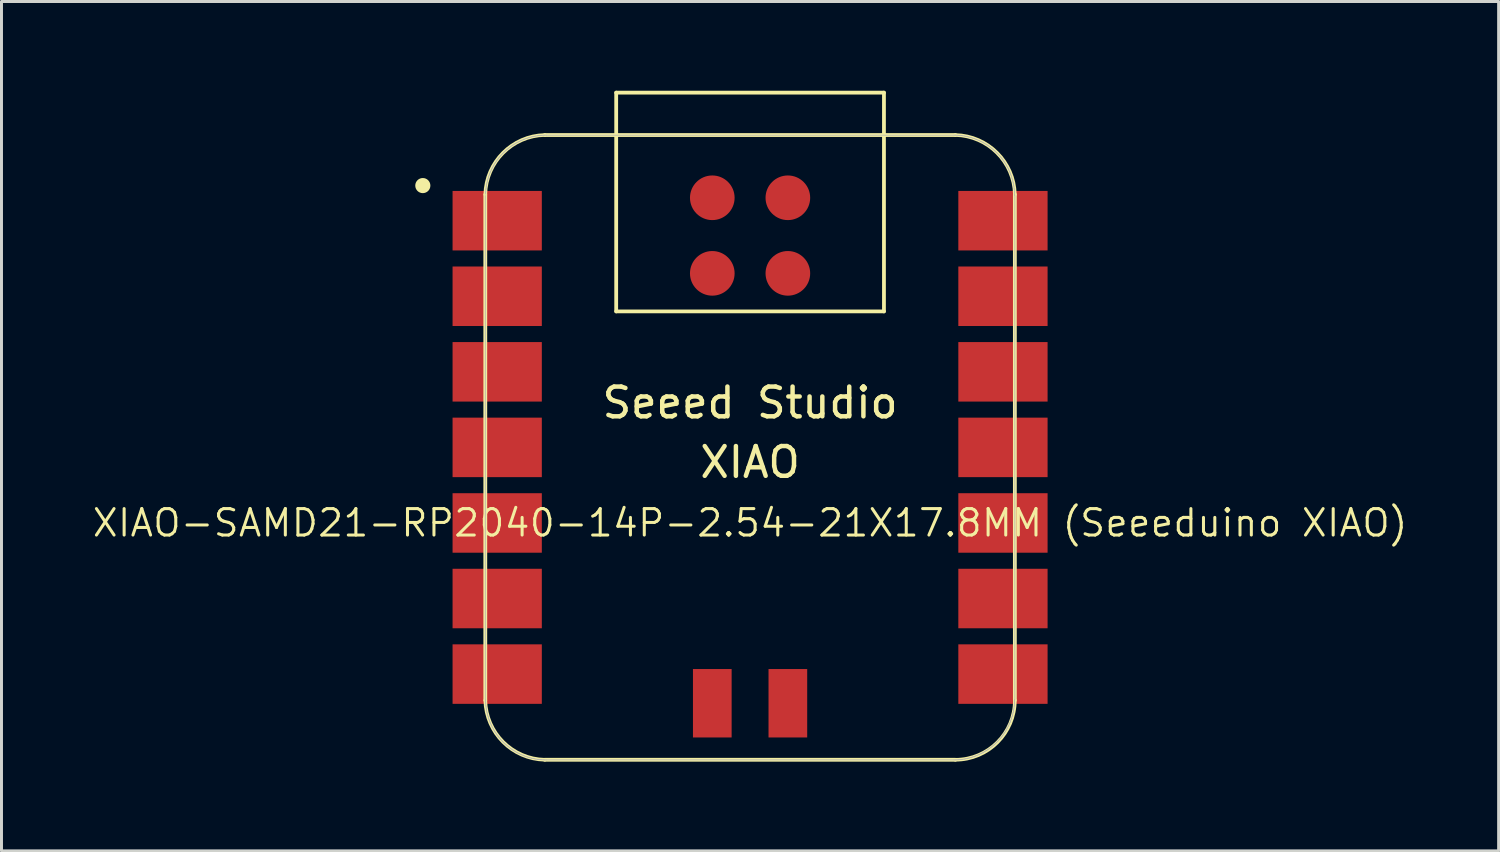
<source format=kicad_pcb>
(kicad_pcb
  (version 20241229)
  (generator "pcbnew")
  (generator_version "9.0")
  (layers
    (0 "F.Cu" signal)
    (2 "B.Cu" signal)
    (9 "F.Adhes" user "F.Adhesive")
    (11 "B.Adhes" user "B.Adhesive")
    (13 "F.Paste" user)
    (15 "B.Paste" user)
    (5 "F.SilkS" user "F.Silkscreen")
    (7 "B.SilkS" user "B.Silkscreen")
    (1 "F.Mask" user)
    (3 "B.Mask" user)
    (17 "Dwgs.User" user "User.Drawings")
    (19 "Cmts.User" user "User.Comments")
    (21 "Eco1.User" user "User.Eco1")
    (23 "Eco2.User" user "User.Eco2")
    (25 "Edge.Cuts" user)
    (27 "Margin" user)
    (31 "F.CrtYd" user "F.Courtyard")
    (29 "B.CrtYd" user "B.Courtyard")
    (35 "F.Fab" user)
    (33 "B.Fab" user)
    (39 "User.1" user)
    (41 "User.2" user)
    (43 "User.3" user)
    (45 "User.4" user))
  (footprint "XIAO-SAMD21-RP2040-14P-2.54-21X17.8MM (Seeeduino XIAO)"
    (layer "F.Cu")
    (at 22.162 11.988)
    (property "Reference" "XIAO-SAMD21-RP2040-14P-2.54-21X17.8MM (Seeeduino XIAO)" (at 0 2.54 0) (layer "F.SilkS") (effects (font (size 0.889 0.889) (thickness 0.102))))
    (attr smd)
    (fp_line (start -8.9 -8.5) (end -8.9 8.5) (stroke (width 0.127) (type solid)) (layer "F.SilkS"))
    (fp_line (start -6.9 10.5) (end 6.9 10.5) (stroke (width 0.127) (type solid)) (layer "F.SilkS"))
    (fp_line (start -4.5 -11.924) (end 4.5 -11.924) (stroke (width 0.127) (type solid)) (layer "F.SilkS"))
    (fp_line (start -4.5 -4.571) (end -4.5 -11.924) (stroke (width 0.127) (type solid)) (layer "F.SilkS"))
    (fp_line (start 4.5 -11.924) (end 4.5 -4.571) (stroke (width 0.127) (type solid)) (layer "F.SilkS"))
    (fp_line (start 4.5 -4.571) (end -4.5 -4.571) (stroke (width 0.127) (type solid)) (layer "F.SilkS"))
    (fp_line (start 6.9 -10.499) (end -6.9 -10.499) (stroke (width 0.127) (type solid)) (layer "F.SilkS"))
    (fp_line (start 8.9 8.5) (end 8.9 -8.5) (stroke (width 0.127) (type solid)) (layer "F.SilkS"))
    (fp_arc (start -8.9 -8.5) (mid -8.301491 -9.901491) (end -6.9 -10.5) (stroke (width 0.12) (type solid)) (layer "F.SilkS"))
    (fp_arc (start -6.9 10.5) (mid -8.301423 9.901423) (end -8.9 8.5) (stroke (width 0.12) (type solid)) (layer "F.SilkS"))
    (fp_arc (start 6.9 -10.5) (mid 8.301491 -9.901491) (end 8.9 -8.5) (stroke (width 0.12) (type solid)) (layer "F.SilkS"))
    (fp_arc (start 8.9 8.5) (mid 8.314214 9.914214) (end 6.9 10.5) (stroke (width 0.12) (type solid)) (layer "F.SilkS"))
    (fp_circle (center -11 -8.8) (end -11 -9.054) (stroke (width 0) (type solid)) (fill yes) (layer "F.SilkS"))
    (fp_poly (pts (xy -8.888 -8.562) (xy -8.885 -8.61) (xy -8.881 -8.659)) (stroke (width 0.025) (type solid)) (fill no) (layer "F.SilkS"))
    (fp_poly (pts (xy 8.889 8.522) (xy 8.888 8.571) (xy 8.885 8.62) (xy 8.881 8.669) (xy 8.875 8.717) (xy 8.869 8.766) (xy 8.861 8.815) (xy 8.852 8.863) (xy 8.842 8.911)) (stroke (width 0.025) (type solid)) (fill no) (layer "F.SilkS"))
    (fp_line (start -8.9 -8.463) (end -8.9 8.473) (stroke (width 0.025) (type solid)) (layer "F.Fab"))
    (fp_line (start -8.89 8.473) (end -8.889 8.522) (stroke (width 0.025) (type solid)) (layer "F.Fab"))
    (fp_line (start -8.889 8.522) (end -8.888 8.571) (stroke (width 0.025) (type solid)) (layer "F.Fab"))
    (fp_line (start -8.888 -8.562) (end -8.889 -8.512) (stroke (width 0.025) (type solid)) (layer "F.Fab"))
    (fp_line (start -8.888 8.571) (end -8.885 8.62) (stroke (width 0.025) (type solid)) (layer "F.Fab"))
    (fp_line (start -8.885 -8.61) (end -8.888 -8.562) (stroke (width 0.025) (type solid)) (layer "F.Fab"))
    (fp_line (start -8.885 8.62) (end -8.881 8.669) (stroke (width 0.025) (type solid)) (layer "F.Fab"))
    (fp_line (start -8.881 -8.659) (end -8.885 -8.61) (stroke (width 0.025) (type solid)) (layer "F.Fab"))
    (fp_line (start -8.881 8.669) (end -8.875 8.717) (stroke (width 0.025) (type solid)) (layer "F.Fab"))
    (fp_line (start -8.875 -8.708) (end -8.881 -8.659) (stroke (width 0.025) (type solid)) (layer "F.Fab"))
    (fp_line (start -8.875 8.717) (end -8.869 8.766) (stroke (width 0.025) (type solid)) (layer "F.Fab"))
    (fp_line (start -8.869 -8.757) (end -8.875 -8.708) (stroke (width 0.025) (type solid)) (layer "F.Fab"))
    (fp_line (start -8.869 8.766) (end -8.861 8.815) (stroke (width 0.025) (type solid)) (layer "F.Fab"))
    (fp_line (start -8.861 -8.806) (end -8.869 -8.757) (stroke (width 0.025) (type solid)) (layer "F.Fab"))
    (fp_line (start -8.861 8.815) (end -8.852 8.863) (stroke (width 0.025) (type solid)) (layer "F.Fab"))
    (fp_line (start -8.852 -8.854) (end -8.861 -8.806) (stroke (width 0.025) (type solid)) (layer "F.Fab"))
    (fp_line (start -8.852 8.863) (end -8.842 8.911) (stroke (width 0.025) (type solid)) (layer "F.Fab"))
    (fp_line (start -8.842 -8.902) (end -8.852 -8.854) (stroke (width 0.025) (type solid)) (layer "F.Fab"))
    (fp_line (start -8.842 8.911) (end -8.831 8.959) (stroke (width 0.025) (type solid)) (layer "F.Fab"))
    (fp_line (start -8.831 -8.95) (end -8.842 -8.902) (stroke (width 0.025) (type solid)) (layer "F.Fab"))
    (fp_line (start -8.831 8.959) (end -8.819 9.006) (stroke (width 0.025) (type solid)) (layer "F.Fab"))
    (fp_line (start -8.819 -8.997) (end -8.831 -8.95) (stroke (width 0.025) (type solid)) (layer "F.Fab"))
    (fp_line (start -8.819 9.006) (end -8.805 9.054) (stroke (width 0.025) (type solid)) (layer "F.Fab"))
    (fp_line (start -8.805 -9.045) (end -8.819 -8.997) (stroke (width 0.025) (type solid)) (layer "F.Fab"))
    (fp_line (start -8.805 9.054) (end -8.79 9.1) (stroke (width 0.025) (type solid)) (layer "F.Fab"))
    (fp_line (start -8.79 -9.091) (end -8.805 -9.045) (stroke (width 0.025) (type solid)) (layer "F.Fab"))
    (fp_line (start -8.79 9.1) (end -8.775 9.147) (stroke (width 0.025) (type solid)) (layer "F.Fab"))
    (fp_line (start -8.775 -9.138) (end -8.79 -9.091) (stroke (width 0.025) (type solid)) (layer "F.Fab"))
    (fp_line (start -8.775 9.147) (end -8.758 9.193) (stroke (width 0.025) (type solid)) (layer "F.Fab"))
    (fp_line (start -8.758 -9.184) (end -8.775 -9.138) (stroke (width 0.025) (type solid)) (layer "F.Fab"))
    (fp_line (start -8.758 9.193) (end -8.74 9.239) (stroke (width 0.025) (type solid)) (layer "F.Fab"))
    (fp_line (start -8.74 -9.23) (end -8.758 -9.184) (stroke (width 0.025) (type solid)) (layer "F.Fab"))
    (fp_line (start -8.74 9.239) (end -8.721 9.284) (stroke (width 0.025) (type solid)) (layer "F.Fab"))
    (fp_line (start -8.721 -9.275) (end -8.74 -9.23) (stroke (width 0.025) (type solid)) (layer "F.Fab"))
    (fp_line (start -8.721 9.284) (end -8.701 9.329) (stroke (width 0.025) (type solid)) (layer "F.Fab"))
    (fp_line (start -8.701 -9.32) (end -8.721 -9.275) (stroke (width 0.025) (type solid)) (layer "F.Fab"))
    (fp_line (start -8.701 9.329) (end -8.679 9.373) (stroke (width 0.025) (type solid)) (layer "F.Fab"))
    (fp_line (start -8.679 -9.364) (end -8.701 -9.32) (stroke (width 0.025) (type solid)) (layer "F.Fab"))
    (fp_line (start -8.679 9.373) (end -8.657 9.417) (stroke (width 0.025) (type solid)) (layer "F.Fab"))
    (fp_line (start -8.657 -9.408) (end -8.679 -9.364) (stroke (width 0.025) (type solid)) (layer "F.Fab"))
    (fp_line (start -8.657 9.417) (end -8.634 9.46) (stroke (width 0.025) (type solid)) (layer "F.Fab"))
    (fp_line (start -8.634 -9.451) (end -8.657 -9.408) (stroke (width 0.025) (type solid)) (layer "F.Fab"))
    (fp_line (start -8.634 9.46) (end -8.61 9.503) (stroke (width 0.025) (type solid)) (layer "F.Fab"))
    (fp_line (start -8.61 -9.494) (end -8.634 -9.451) (stroke (width 0.025) (type solid)) (layer "F.Fab"))
    (fp_line (start -8.61 9.503) (end -8.584 9.545) (stroke (width 0.025) (type solid)) (layer "F.Fab"))
    (fp_line (start -8.584 -9.536) (end -8.61 -9.494) (stroke (width 0.025) (type solid)) (layer "F.Fab"))
    (fp_line (start -8.584 9.545) (end -8.558 9.586) (stroke (width 0.025) (type solid)) (layer "F.Fab"))
    (fp_line (start -8.558 -9.577) (end -8.584 -9.536) (stroke (width 0.025) (type solid)) (layer "F.Fab"))
    (fp_line (start -8.558 9.586) (end -8.53 9.627) (stroke (width 0.025) (type solid)) (layer "F.Fab"))
    (fp_line (start -8.53 -9.618) (end -8.558 -9.577) (stroke (width 0.025) (type solid)) (layer "F.Fab"))
    (fp_line (start -8.53 9.627) (end -8.502 9.667) (stroke (width 0.025) (type solid)) (layer "F.Fab"))
    (fp_line (start -8.502 -9.658) (end -8.53 -9.618) (stroke (width 0.025) (type solid)) (layer "F.Fab"))
    (fp_line (start -8.502 9.667) (end -8.473 9.706) (stroke (width 0.025) (type solid)) (layer "F.Fab"))
    (fp_line (start -8.473 -9.697) (end -8.502 -9.658) (stroke (width 0.025) (type solid)) (layer "F.Fab"))
    (fp_line (start -8.473 9.706) (end -8.442 9.745) (stroke (width 0.025) (type solid)) (layer "F.Fab"))
    (fp_line (start -8.442 -9.736) (end -8.473 -9.697) (stroke (width 0.025) (type solid)) (layer "F.Fab"))
    (fp_line (start -8.442 9.745) (end -8.411 9.783) (stroke (width 0.025) (type solid)) (layer "F.Fab"))
    (fp_line (start -8.411 -9.774) (end -8.442 -9.736) (stroke (width 0.025) (type solid)) (layer "F.Fab"))
    (fp_line (start -8.411 9.783) (end -8.379 9.82) (stroke (width 0.025) (type solid)) (layer "F.Fab"))
    (fp_line (start -8.379 -9.811) (end -8.411 -9.774) (stroke (width 0.025) (type solid)) (layer "F.Fab"))
    (fp_line (start -8.379 9.82) (end -8.346 9.856) (stroke (width 0.025) (type solid)) (layer "F.Fab"))
    (fp_line (start -8.346 -9.847) (end -8.379 -9.811) (stroke (width 0.025) (type solid)) (layer "F.Fab"))
    (fp_line (start -8.346 9.856) (end -8.312 9.892) (stroke (width 0.025) (type solid)) (layer "F.Fab"))
    (fp_line (start -8.312 -9.883) (end -8.346 -9.847) (stroke (width 0.025) (type solid)) (layer "F.Fab"))
    (fp_line (start -8.312 9.892) (end -8.277 9.927) (stroke (width 0.025) (type solid)) (layer "F.Fab"))
    (fp_line (start -8.277 -9.918) (end -8.312 -9.883) (stroke (width 0.025) (type solid)) (layer "F.Fab"))
    (fp_line (start -8.277 9.927) (end -8.242 9.96) (stroke (width 0.025) (type solid)) (layer "F.Fab"))
    (fp_line (start -8.242 -9.951) (end -8.277 -9.918) (stroke (width 0.025) (type solid)) (layer "F.Fab"))
    (fp_line (start -8.242 9.96) (end -8.205 9.994) (stroke (width 0.025) (type solid)) (layer "F.Fab"))
    (fp_line (start -8.205 -9.984) (end -8.242 -9.951) (stroke (width 0.025) (type solid)) (layer "F.Fab"))
    (fp_line (start -8.205 9.994) (end -8.168 10.026) (stroke (width 0.025) (type solid)) (layer "F.Fab"))
    (fp_line (start -8.168 -10.017) (end -8.205 -9.984) (stroke (width 0.025) (type solid)) (layer "F.Fab"))
    (fp_line (start -8.168 10.026) (end -8.13 10.057) (stroke (width 0.025) (type solid)) (layer "F.Fab"))
    (fp_line (start -8.13 -10.048) (end -8.168 -10.017) (stroke (width 0.025) (type solid)) (layer "F.Fab"))
    (fp_line (start -8.13 10.057) (end -8.092 10.087) (stroke (width 0.025) (type solid)) (layer "F.Fab"))
    (fp_line (start -8.092 -10.078) (end -8.13 -10.048) (stroke (width 0.025) (type solid)) (layer "F.Fab"))
    (fp_line (start -8.092 10.087) (end -8.052 10.116) (stroke (width 0.025) (type solid)) (layer "F.Fab"))
    (fp_line (start -8.052 -10.107) (end -8.092 -10.078) (stroke (width 0.025) (type solid)) (layer "F.Fab"))
    (fp_line (start -8.052 10.116) (end -8.012 10.145) (stroke (width 0.025) (type solid)) (layer "F.Fab"))
    (fp_line (start -8.012 -10.136) (end -8.052 -10.107) (stroke (width 0.025) (type solid)) (layer "F.Fab"))
    (fp_line (start -8.012 10.145) (end -7.972 10.172) (stroke (width 0.025) (type solid)) (layer "F.Fab"))
    (fp_line (start -7.972 -10.163) (end -8.012 -10.136) (stroke (width 0.025) (type solid)) (layer "F.Fab"))
    (fp_line (start -7.972 10.172) (end -7.93 10.199) (stroke (width 0.025) (type solid)) (layer "F.Fab"))
    (fp_line (start -7.93 -10.19) (end -7.972 -10.163) (stroke (width 0.025) (type solid)) (layer "F.Fab"))
    (fp_line (start -7.93 10.199) (end -7.888 10.224) (stroke (width 0.025) (type solid)) (layer "F.Fab"))
    (fp_line (start -7.888 -10.215) (end -7.93 -10.19) (stroke (width 0.025) (type solid)) (layer "F.Fab"))
    (fp_line (start -7.888 10.224) (end -7.846 10.249) (stroke (width 0.025) (type solid)) (layer "F.Fab"))
    (fp_line (start -7.846 -10.239) (end -7.888 -10.215) (stroke (width 0.025) (type solid)) (layer "F.Fab"))
    (fp_line (start -7.846 10.249) (end -7.802 10.272) (stroke (width 0.025) (type solid)) (layer "F.Fab"))
    (fp_line (start -7.802 -10.263) (end -7.846 -10.239) (stroke (width 0.025) (type solid)) (layer "F.Fab"))
    (fp_line (start -7.802 10.272) (end -7.759 10.294) (stroke (width 0.025) (type solid)) (layer "F.Fab"))
    (fp_line (start -7.759 -10.285) (end -7.802 -10.263) (stroke (width 0.025) (type solid)) (layer "F.Fab"))
    (fp_line (start -7.759 10.294) (end -7.714 10.315) (stroke (width 0.025) (type solid)) (layer "F.Fab"))
    (fp_line (start -7.714 -10.306) (end -7.759 -10.285) (stroke (width 0.025) (type solid)) (layer "F.Fab"))
    (fp_line (start -7.714 10.315) (end -7.67 10.335) (stroke (width 0.025) (type solid)) (layer "F.Fab"))
    (fp_line (start -7.67 -10.326) (end -7.714 -10.306) (stroke (width 0.025) (type solid)) (layer "F.Fab"))
    (fp_line (start -7.67 10.335) (end -7.624 10.354) (stroke (width 0.025) (type solid)) (layer "F.Fab"))
    (fp_line (start -7.624 -10.345) (end -7.67 -10.326) (stroke (width 0.025) (type solid)) (layer "F.Fab"))
    (fp_line (start -7.624 10.354) (end -7.579 10.372) (stroke (width 0.025) (type solid)) (layer "F.Fab"))
    (fp_line (start -7.579 -10.363) (end -7.624 -10.345) (stroke (width 0.025) (type solid)) (layer "F.Fab"))
    (fp_line (start -7.579 10.372) (end -7.532 10.389) (stroke (width 0.025) (type solid)) (layer "F.Fab"))
    (fp_line (start -7.532 -10.38) (end -7.579 -10.363) (stroke (width 0.025) (type solid)) (layer "F.Fab"))
    (fp_line (start -7.532 10.389) (end -7.486 10.405) (stroke (width 0.025) (type solid)) (layer "F.Fab"))
    (fp_line (start -7.486 -10.396) (end -7.532 -10.38) (stroke (width 0.025) (type solid)) (layer "F.Fab"))
    (fp_line (start -7.486 10.405) (end -7.439 10.42) (stroke (width 0.025) (type solid)) (layer "F.Fab"))
    (fp_line (start -7.439 -10.411) (end -7.486 -10.396) (stroke (width 0.025) (type solid)) (layer "F.Fab"))
    (fp_line (start -7.439 10.42) (end -7.392 10.433) (stroke (width 0.025) (type solid)) (layer "F.Fab"))
    (fp_line (start -7.392 -10.424) (end -7.439 -10.411) (stroke (width 0.025) (type solid)) (layer "F.Fab"))
    (fp_line (start -7.392 10.433) (end -7.344 10.446) (stroke (width 0.025) (type solid)) (layer "F.Fab"))
    (fp_line (start -7.344 -10.436) (end -7.392 -10.424) (stroke (width 0.025) (type solid)) (layer "F.Fab"))
    (fp_line (start -7.344 10.446) (end -7.296 10.457) (stroke (width 0.025) (type solid)) (layer "F.Fab"))
    (fp_line (start -7.296 -10.448) (end -7.344 -10.436) (stroke (width 0.025) (type solid)) (layer "F.Fab"))
    (fp_line (start -7.296 10.457) (end -7.248 10.467) (stroke (width 0.025) (type solid)) (layer "F.Fab"))
    (fp_line (start -7.248 -10.458) (end -7.296 -10.448) (stroke (width 0.025) (type solid)) (layer "F.Fab"))
    (fp_line (start -7.248 10.467) (end -7.2 10.476) (stroke (width 0.025) (type solid)) (layer "F.Fab"))
    (fp_line (start -7.2 -10.466) (end -7.248 -10.458) (stroke (width 0.025) (type solid)) (layer "F.Fab"))
    (fp_line (start -7.2 10.476) (end -7.152 10.483) (stroke (width 0.025) (type solid)) (layer "F.Fab"))
    (fp_line (start -7.152 -10.474) (end -7.2 -10.466) (stroke (width 0.025) (type solid)) (layer "F.Fab"))
    (fp_line (start -7.152 10.483) (end -7.103 10.49) (stroke (width 0.025) (type solid)) (layer "F.Fab"))
    (fp_line (start -7.103 -10.481) (end -7.152 -10.474) (stroke (width 0.025) (type solid)) (layer "F.Fab"))
    (fp_line (start -7.103 10.49) (end -7.054 10.495) (stroke (width 0.025) (type solid)) (layer "F.Fab"))
    (fp_line (start -7.054 -10.486) (end -7.103 -10.481) (stroke (width 0.025) (type solid)) (layer "F.Fab"))
    (fp_line (start -7.054 10.495) (end -7.005 10.499) (stroke (width 0.025) (type solid)) (layer "F.Fab"))
    (fp_line (start -7.005 -10.49) (end -7.054 -10.486) (stroke (width 0.025) (type solid)) (layer "F.Fab"))
    (fp_line (start -7.005 10.499) (end -6.956 10.502) (stroke (width 0.025) (type solid)) (layer "F.Fab"))
    (fp_line (start -6.956 -10.493) (end -7.005 -10.49) (stroke (width 0.025) (type solid)) (layer "F.Fab"))
    (fp_line (start -6.956 10.502) (end -6.907 10.504) (stroke (width 0.025) (type solid)) (layer "F.Fab"))
    (fp_line (start -6.907 -10.495) (end -6.956 -10.493) (stroke (width 0.025) (type solid)) (layer "F.Fab"))
    (fp_line (start -6.907 10.504) (end -6.858 10.505) (stroke (width 0.025) (type solid)) (layer "F.Fab"))
    (fp_line (start -6.858 -10.495) (end -6.907 -10.495) (stroke (width 0.025) (type solid)) (layer "F.Fab"))
    (fp_line (start -6.858 10.505) (end 6.858 10.505) (stroke (width 0.025) (type solid)) (layer "F.Fab"))
    (fp_line (start 6.858 -10.495) (end -6.858 -10.495) (stroke (width 0.025) (type solid)) (layer "F.Fab"))
    (fp_line (start 6.858 10.505) (end 6.907 10.504) (stroke (width 0.025) (type solid)) (layer "F.Fab"))
    (fp_line (start 6.907 -10.495) (end 6.858 -10.495) (stroke (width 0.025) (type solid)) (layer "F.Fab"))
    (fp_line (start 6.907 10.504) (end 6.956 10.502) (stroke (width 0.025) (type solid)) (layer "F.Fab"))
    (fp_line (start 6.956 -10.493) (end 6.907 -10.495) (stroke (width 0.025) (type solid)) (layer "F.Fab"))
    (fp_line (start 6.956 10.502) (end 7.005 10.499) (stroke (width 0.025) (type solid)) (layer "F.Fab"))
    (fp_line (start 7.005 -10.49) (end 6.956 -10.493) (stroke (width 0.025) (type solid)) (layer "F.Fab"))
    (fp_line (start 7.005 10.499) (end 7.054 10.495) (stroke (width 0.025) (type solid)) (layer "F.Fab"))
    (fp_line (start 7.054 -10.486) (end 7.005 -10.49) (stroke (width 0.025) (type solid)) (layer "F.Fab"))
    (fp_line (start 7.054 10.495) (end 7.103 10.49) (stroke (width 0.025) (type solid)) (layer "F.Fab"))
    (fp_line (start 7.103 -10.481) (end 7.054 -10.486) (stroke (width 0.025) (type solid)) (layer "F.Fab"))
    (fp_line (start 7.103 10.49) (end 7.152 10.483) (stroke (width 0.025) (type solid)) (layer "F.Fab"))
    (fp_line (start 7.152 -10.474) (end 7.103 -10.481) (stroke (width 0.025) (type solid)) (layer "F.Fab"))
    (fp_line (start 7.152 10.483) (end 7.2 10.476) (stroke (width 0.025) (type solid)) (layer "F.Fab"))
    (fp_line (start 7.2 -10.466) (end 7.152 -10.474) (stroke (width 0.025) (type solid)) (layer "F.Fab"))
    (fp_line (start 7.2 10.476) (end 7.248 10.467) (stroke (width 0.025) (type solid)) (layer "F.Fab"))
    (fp_line (start 7.248 -10.458) (end 7.2 -10.466) (stroke (width 0.025) (type solid)) (layer "F.Fab"))
    (fp_line (start 7.248 10.467) (end 7.296 10.457) (stroke (width 0.025) (type solid)) (layer "F.Fab"))
    (fp_line (start 7.296 -10.448) (end 7.248 -10.458) (stroke (width 0.025) (type solid)) (layer "F.Fab"))
    (fp_line (start 7.296 10.457) (end 7.344 10.446) (stroke (width 0.025) (type solid)) (layer "F.Fab"))
    (fp_line (start 7.344 -10.436) (end 7.296 -10.448) (stroke (width 0.025) (type solid)) (layer "F.Fab"))
    (fp_line (start 7.344 10.446) (end 7.392 10.433) (stroke (width 0.025) (type solid)) (layer "F.Fab"))
    (fp_line (start 7.392 -10.424) (end 7.344 -10.436) (stroke (width 0.025) (type solid)) (layer "F.Fab"))
    (fp_line (start 7.392 10.433) (end 7.439 10.42) (stroke (width 0.025) (type solid)) (layer "F.Fab"))
    (fp_line (start 7.439 -10.411) (end 7.392 -10.424) (stroke (width 0.025) (type solid)) (layer "F.Fab"))
    (fp_line (start 7.439 10.42) (end 7.486 10.405) (stroke (width 0.025) (type solid)) (layer "F.Fab"))
    (fp_line (start 7.486 -10.396) (end 7.439 -10.411) (stroke (width 0.025) (type solid)) (layer "F.Fab"))
    (fp_line (start 7.486 10.405) (end 7.532 10.389) (stroke (width 0.025) (type solid)) (layer "F.Fab"))
    (fp_line (start 7.532 -10.38) (end 7.486 -10.396) (stroke (width 0.025) (type solid)) (layer "F.Fab"))
    (fp_line (start 7.532 10.389) (end 7.579 10.372) (stroke (width 0.025) (type solid)) (layer "F.Fab"))
    (fp_line (start 7.579 -10.363) (end 7.532 -10.38) (stroke (width 0.025) (type solid)) (layer "F.Fab"))
    (fp_line (start 7.579 10.372) (end 7.624 10.354) (stroke (width 0.025) (type solid)) (layer "F.Fab"))
    (fp_line (start 7.624 -10.345) (end 7.579 -10.363) (stroke (width 0.025) (type solid)) (layer "F.Fab"))
    (fp_line (start 7.624 10.354) (end 7.67 10.335) (stroke (width 0.025) (type solid)) (layer "F.Fab"))
    (fp_line (start 7.67 -10.326) (end 7.624 -10.345) (stroke (width 0.025) (type solid)) (layer "F.Fab"))
    (fp_line (start 7.67 10.335) (end 7.714 10.315) (stroke (width 0.025) (type solid)) (layer "F.Fab"))
    (fp_line (start 7.714 -10.306) (end 7.67 -10.326) (stroke (width 0.025) (type solid)) (layer "F.Fab"))
    (fp_line (start 7.714 10.315) (end 7.759 10.294) (stroke (width 0.025) (type solid)) (layer "F.Fab"))
    (fp_line (start 7.759 -10.285) (end 7.714 -10.306) (stroke (width 0.025) (type solid)) (layer "F.Fab"))
    (fp_line (start 7.759 10.294) (end 7.802 10.272) (stroke (width 0.025) (type solid)) (layer "F.Fab"))
    (fp_line (start 7.802 -10.263) (end 7.759 -10.285) (stroke (width 0.025) (type solid)) (layer "F.Fab"))
    (fp_line (start 7.802 10.272) (end 7.846 10.249) (stroke (width 0.025) (type solid)) (layer "F.Fab"))
    (fp_line (start 7.846 -10.239) (end 7.802 -10.263) (stroke (width 0.025) (type solid)) (layer "F.Fab"))
    (fp_line (start 7.846 10.249) (end 7.888 10.224) (stroke (width 0.025) (type solid)) (layer "F.Fab"))
    (fp_line (start 7.888 -10.215) (end 7.846 -10.239) (stroke (width 0.025) (type solid)) (layer "F.Fab"))
    (fp_line (start 7.888 10.224) (end 7.93 10.199) (stroke (width 0.025) (type solid)) (layer "F.Fab"))
    (fp_line (start 7.93 -10.19) (end 7.888 -10.215) (stroke (width 0.025) (type solid)) (layer "F.Fab"))
    (fp_line (start 7.93 10.199) (end 7.972 10.172) (stroke (width 0.025) (type solid)) (layer "F.Fab"))
    (fp_line (start 7.972 -10.163) (end 7.93 -10.19) (stroke (width 0.025) (type solid)) (layer "F.Fab"))
    (fp_line (start 7.972 10.172) (end 8.012 10.145) (stroke (width 0.025) (type solid)) (layer "F.Fab"))
    (fp_line (start 8.012 -10.136) (end 7.972 -10.163) (stroke (width 0.025) (type solid)) (layer "F.Fab"))
    (fp_line (start 8.012 10.145) (end 8.052 10.116) (stroke (width 0.025) (type solid)) (layer "F.Fab"))
    (fp_line (start 8.052 -10.107) (end 8.012 -10.136) (stroke (width 0.025) (type solid)) (layer "F.Fab"))
    (fp_line (start 8.052 10.116) (end 8.092 10.087) (stroke (width 0.025) (type solid)) (layer "F.Fab"))
    (fp_line (start 8.092 -10.078) (end 8.052 -10.107) (stroke (width 0.025) (type solid)) (layer "F.Fab"))
    (fp_line (start 8.092 10.087) (end 8.13 10.057) (stroke (width 0.025) (type solid)) (layer "F.Fab"))
    (fp_line (start 8.13 -10.048) (end 8.092 -10.078) (stroke (width 0.025) (type solid)) (layer "F.Fab"))
    (fp_line (start 8.13 10.057) (end 8.168 10.026) (stroke (width 0.025) (type solid)) (layer "F.Fab"))
    (fp_line (start 8.168 -10.017) (end 8.13 -10.048) (stroke (width 0.025) (type solid)) (layer "F.Fab"))
    (fp_line (start 8.168 10.026) (end 8.205 9.994) (stroke (width 0.025) (type solid)) (layer "F.Fab"))
    (fp_line (start 8.205 -9.984) (end 8.168 -10.017) (stroke (width 0.025) (type solid)) (layer "F.Fab"))
    (fp_line (start 8.205 9.994) (end 8.242 9.96) (stroke (width 0.025) (type solid)) (layer "F.Fab"))
    (fp_line (start 8.242 -9.951) (end 8.205 -9.984) (stroke (width 0.025) (type solid)) (layer "F.Fab"))
    (fp_line (start 8.242 9.96) (end 8.277 9.927) (stroke (width 0.025) (type solid)) (layer "F.Fab"))
    (fp_line (start 8.277 -9.918) (end 8.242 -9.951) (stroke (width 0.025) (type solid)) (layer "F.Fab"))
    (fp_line (start 8.277 9.927) (end 8.312 9.892) (stroke (width 0.025) (type solid)) (layer "F.Fab"))
    (fp_line (start 8.312 -9.883) (end 8.277 -9.918) (stroke (width 0.025) (type solid)) (layer "F.Fab"))
    (fp_line (start 8.312 9.892) (end 8.346 9.856) (stroke (width 0.025) (type solid)) (layer "F.Fab"))
    (fp_line (start 8.346 -9.847) (end 8.312 -9.883) (stroke (width 0.025) (type solid)) (layer "F.Fab"))
    (fp_line (start 8.346 9.856) (end 8.379 9.82) (stroke (width 0.025) (type solid)) (layer "F.Fab"))
    (fp_line (start 8.379 -9.811) (end 8.346 -9.847) (stroke (width 0.025) (type solid)) (layer "F.Fab"))
    (fp_line (start 8.379 9.82) (end 8.411 9.783) (stroke (width 0.025) (type solid)) (layer "F.Fab"))
    (fp_line (start 8.411 -9.774) (end 8.379 -9.811) (stroke (width 0.025) (type solid)) (layer "F.Fab"))
    (fp_line (start 8.411 9.783) (end 8.442 9.745) (stroke (width 0.025) (type solid)) (layer "F.Fab"))
    (fp_line (start 8.442 -9.736) (end 8.411 -9.774) (stroke (width 0.025) (type solid)) (layer "F.Fab"))
    (fp_line (start 8.442 9.745) (end 8.473 9.706) (stroke (width 0.025) (type solid)) (layer "F.Fab"))
    (fp_line (start 8.473 -9.697) (end 8.442 -9.736) (stroke (width 0.025) (type solid)) (layer "F.Fab"))
    (fp_line (start 8.473 9.706) (end 8.502 9.667) (stroke (width 0.025) (type solid)) (layer "F.Fab"))
    (fp_line (start 8.502 -9.658) (end 8.473 -9.697) (stroke (width 0.025) (type solid)) (layer "F.Fab"))
    (fp_line (start 8.502 9.667) (end 8.53 9.627) (stroke (width 0.025) (type solid)) (layer "F.Fab"))
    (fp_line (start 8.53 -9.618) (end 8.502 -9.658) (stroke (width 0.025) (type solid)) (layer "F.Fab"))
    (fp_line (start 8.53 9.627) (end 8.558 9.586) (stroke (width 0.025) (type solid)) (layer "F.Fab"))
    (fp_line (start 8.558 -9.577) (end 8.53 -9.618) (stroke (width 0.025) (type solid)) (layer "F.Fab"))
    (fp_line (start 8.558 9.586) (end 8.584 9.545) (stroke (width 0.025) (type solid)) (layer "F.Fab"))
    (fp_line (start 8.584 -9.536) (end 8.558 -9.577) (stroke (width 0.025) (type solid)) (layer "F.Fab"))
    (fp_line (start 8.584 9.545) (end 8.61 9.503) (stroke (width 0.025) (type solid)) (layer "F.Fab"))
    (fp_line (start 8.61 -9.494) (end 8.584 -9.536) (stroke (width 0.025) (type solid)) (layer "F.Fab"))
    (fp_line (start 8.61 9.503) (end 8.634 9.46) (stroke (width 0.025) (type solid)) (layer "F.Fab"))
    (fp_line (start 8.634 -9.451) (end 8.61 -9.494) (stroke (width 0.025) (type solid)) (layer "F.Fab"))
    (fp_line (start 8.634 9.46) (end 8.657 9.417) (stroke (width 0.025) (type solid)) (layer "F.Fab"))
    (fp_line (start 8.657 -9.408) (end 8.634 -9.451) (stroke (width 0.025) (type solid)) (layer "F.Fab"))
    (fp_line (start 8.657 9.417) (end 8.679 9.373) (stroke (width 0.025) (type solid)) (layer "F.Fab"))
    (fp_line (start 8.679 -9.364) (end 8.657 -9.408) (stroke (width 0.025) (type solid)) (layer "F.Fab"))
    (fp_line (start 8.679 9.373) (end 8.701 9.329) (stroke (width 0.025) (type solid)) (layer "F.Fab"))
    (fp_line (start 8.701 -9.32) (end 8.679 -9.364) (stroke (width 0.025) (type solid)) (layer "F.Fab"))
    (fp_line (start 8.701 9.329) (end 8.721 9.284) (stroke (width 0.025) (type solid)) (layer "F.Fab"))
    (fp_line (start 8.721 -9.275) (end 8.701 -9.32) (stroke (width 0.025) (type solid)) (layer "F.Fab"))
    (fp_line (start 8.721 9.284) (end 8.74 9.239) (stroke (width 0.025) (type solid)) (layer "F.Fab"))
    (fp_line (start 8.74 -9.23) (end 8.721 -9.275) (stroke (width 0.025) (type solid)) (layer "F.Fab"))
    (fp_line (start 8.74 9.239) (end 8.758 9.193) (stroke (width 0.025) (type solid)) (layer "F.Fab"))
    (fp_line (start 8.758 -9.184) (end 8.74 -9.23) (stroke (width 0.025) (type solid)) (layer "F.Fab"))
    (fp_line (start 8.758 9.193) (end 8.775 9.147) (stroke (width 0.025) (type solid)) (layer "F.Fab"))
    (fp_line (start 8.775 -9.138) (end 8.758 -9.184) (stroke (width 0.025) (type solid)) (layer "F.Fab"))
    (fp_line (start 8.775 9.147) (end 8.79 9.1) (stroke (width 0.025) (type solid)) (layer "F.Fab"))
    (fp_line (start 8.79 -9.091) (end 8.775 -9.138) (stroke (width 0.025) (type solid)) (layer "F.Fab"))
    (fp_line (start 8.79 9.1) (end 8.805 9.054) (stroke (width 0.025) (type solid)) (layer "F.Fab"))
    (fp_line (start 8.805 -9.045) (end 8.79 -9.091) (stroke (width 0.025) (type solid)) (layer "F.Fab"))
    (fp_line (start 8.805 9.054) (end 8.819 9.006) (stroke (width 0.025) (type solid)) (layer "F.Fab"))
    (fp_line (start 8.819 -8.997) (end 8.805 -9.045) (stroke (width 0.025) (type solid)) (layer "F.Fab"))
    (fp_line (start 8.819 9.006) (end 8.831 8.959) (stroke (width 0.025) (type solid)) (layer "F.Fab"))
    (fp_line (start 8.831 -8.95) (end 8.819 -8.997) (stroke (width 0.025) (type solid)) (layer "F.Fab"))
    (fp_line (start 8.831 8.959) (end 8.842 8.911) (stroke (width 0.025) (type solid)) (layer "F.Fab"))
    (fp_line (start 8.842 -8.902) (end 8.831 -8.95) (stroke (width 0.025) (type solid)) (layer "F.Fab"))
    (fp_line (start 8.842 8.911) (end 8.852 8.863) (stroke (width 0.025) (type solid)) (layer "F.Fab"))
    (fp_line (start 8.852 -8.854) (end 8.842 -8.902) (stroke (width 0.025) (type solid)) (layer "F.Fab"))
    (fp_line (start 8.852 8.863) (end 8.861 8.815) (stroke (width 0.025) (type solid)) (layer "F.Fab"))
    (fp_line (start 8.861 -8.806) (end 8.852 -8.854) (stroke (width 0.025) (type solid)) (layer "F.Fab"))
    (fp_line (start 8.861 8.815) (end 8.869 8.766) (stroke (width 0.025) (type solid)) (layer "F.Fab"))
    (fp_line (start 8.869 -8.757) (end 8.861 -8.806) (stroke (width 0.025) (type solid)) (layer "F.Fab"))
    (fp_line (start 8.869 8.766) (end 8.875 8.717) (stroke (width 0.025) (type solid)) (layer "F.Fab"))
    (fp_line (start 8.875 -8.708) (end 8.869 -8.757) (stroke (width 0.025) (type solid)) (layer "F.Fab"))
    (fp_line (start 8.875 8.717) (end 8.881 8.669) (stroke (width 0.025) (type solid)) (layer "F.Fab"))
    (fp_line (start 8.881 -8.659) (end 8.875 -8.708) (stroke (width 0.025) (type solid)) (layer "F.Fab"))
    (fp_line (start 8.881 8.669) (end 8.885 8.62) (stroke (width 0.025) (type solid)) (layer "F.Fab"))
    (fp_line (start 8.885 -8.61) (end 8.881 -8.659) (stroke (width 0.025) (type solid)) (layer "F.Fab"))
    (fp_line (start 8.885 8.62) (end 8.888 8.571) (stroke (width 0.025) (type solid)) (layer "F.Fab"))
    (fp_line (start 8.888 -8.562) (end 8.885 -8.61) (stroke (width 0.025) (type solid)) (layer "F.Fab"))
    (fp_line (start 8.888 8.571) (end 8.889 8.522) (stroke (width 0.025) (type solid)) (layer "F.Fab"))
    (fp_line (start 8.889 -8.512) (end 8.888 -8.562) (stroke (width 0.025) (type solid)) (layer "F.Fab"))
    (fp_line (start 8.889 8.522) (end 8.89 8.473) (stroke (width 0.025) (type solid)) (layer "F.Fab"))
    (fp_line (start 8.89 -8.463) (end 8.889 -8.512) (stroke (width 0.025) (type solid)) (layer "F.Fab"))
    (fp_line (start 8.9 8.473) (end 8.9 -8.463) (stroke (width 0.025) (type solid)) (layer "F.Fab"))
    (fp_text user "Seeed Studio" (at 0 -1.5 0) (unlocked yes) (layer "F.SilkS") (effects (font (size 1 1) (thickness 0.15))))
    (fp_text user "XIAO" (at 0 0.5 0) (unlocked yes) (layer "F.SilkS") (effects (font (size 1 1) (thickness 0.15))))
    (pad "1" smd rect (at -8.5 -7.62) (size 3 2) (layers "F.Cu" "F.Mask" "F.Paste"))
    (pad "2" smd rect (at -8.5 -5.08) (size 3 2) (layers "F.Cu" "F.Mask" "F.Paste"))
    (pad "3" smd rect (at -8.5 -2.54) (size 3 2) (layers "F.Cu" "F.Mask" "F.Paste"))
    (pad "4" smd rect (at -8.5 0) (size 3 2) (layers "F.Cu" "F.Mask" "F.Paste"))
    (pad "5" smd rect (at -8.5 2.54) (size 3 2) (layers "F.Cu" "F.Mask" "F.Paste"))
    (pad "6" smd rect (at -8.5 5.08 180) (size 3 2) (layers "F.Cu" "F.Mask" "F.Paste"))
    (pad "7" smd rect (at -8.5 7.62) (size 3 2) (layers "F.Cu" "F.Mask" "F.Paste"))
    (pad "8" smd rect (at 8.5 7.62) (size 3 2) (layers "F.Cu" "F.Mask" "F.Paste"))
    (pad "9" smd rect (at 8.5 5.08) (size 3 2) (layers "F.Cu" "F.Mask" "F.Paste"))
    (pad "10" smd rect (at 8.5 2.54) (size 3 2) (layers "F.Cu" "F.Mask" "F.Paste"))
    (pad "11" smd rect (at 8.5 0) (size 3 2) (layers "F.Cu" "F.Mask" "F.Paste"))
    (pad "12" smd rect (at 8.5 -2.54) (size 3 2) (layers "F.Cu" "F.Mask" "F.Paste"))
    (pad "13" smd rect (at 8.5 -5.08) (size 3 2) (layers "F.Cu" "F.Mask" "F.Paste"))
    (pad "14" smd rect (at 8.5 -7.62) (size 3 2) (layers "F.Cu" "F.Mask" "F.Paste"))
    (pad "15" smd circle (at -1.27 -8.39 90) (size 1.5 1.5) (layers "F.Cu" "F.Mask" "F.Paste"))
    (pad "16" smd circle (at 1.27 -8.39 90) (size 1.5 1.5) (layers "F.Cu" "F.Mask" "F.Paste"))
    (pad "17" smd circle (at -1.27 -5.85 90) (size 1.5 1.5) (layers "F.Cu" "F.Mask" "F.Paste"))
    (pad "18" smd circle (at 1.27 -5.85 90) (size 1.5 1.5) (layers "F.Cu" "F.Mask" "F.Paste"))
    (pad "19" smd rect (at -1.27 8.6 90) (size 2.3 1.3) (layers "F.Cu" "F.Mask" "F.Paste"))
    (pad "20" smd rect (at 1.27 8.6 90) (size 2.3 1.3) (layers "F.Cu" "F.Mask" "F.Paste")))
  (gr_rect
    (start -3 -3)
    (end 47.323 25.551)
    (stroke (width 0.1) (type default))
    (fill no)
    (layer "Edge.Cuts")))
</source>
